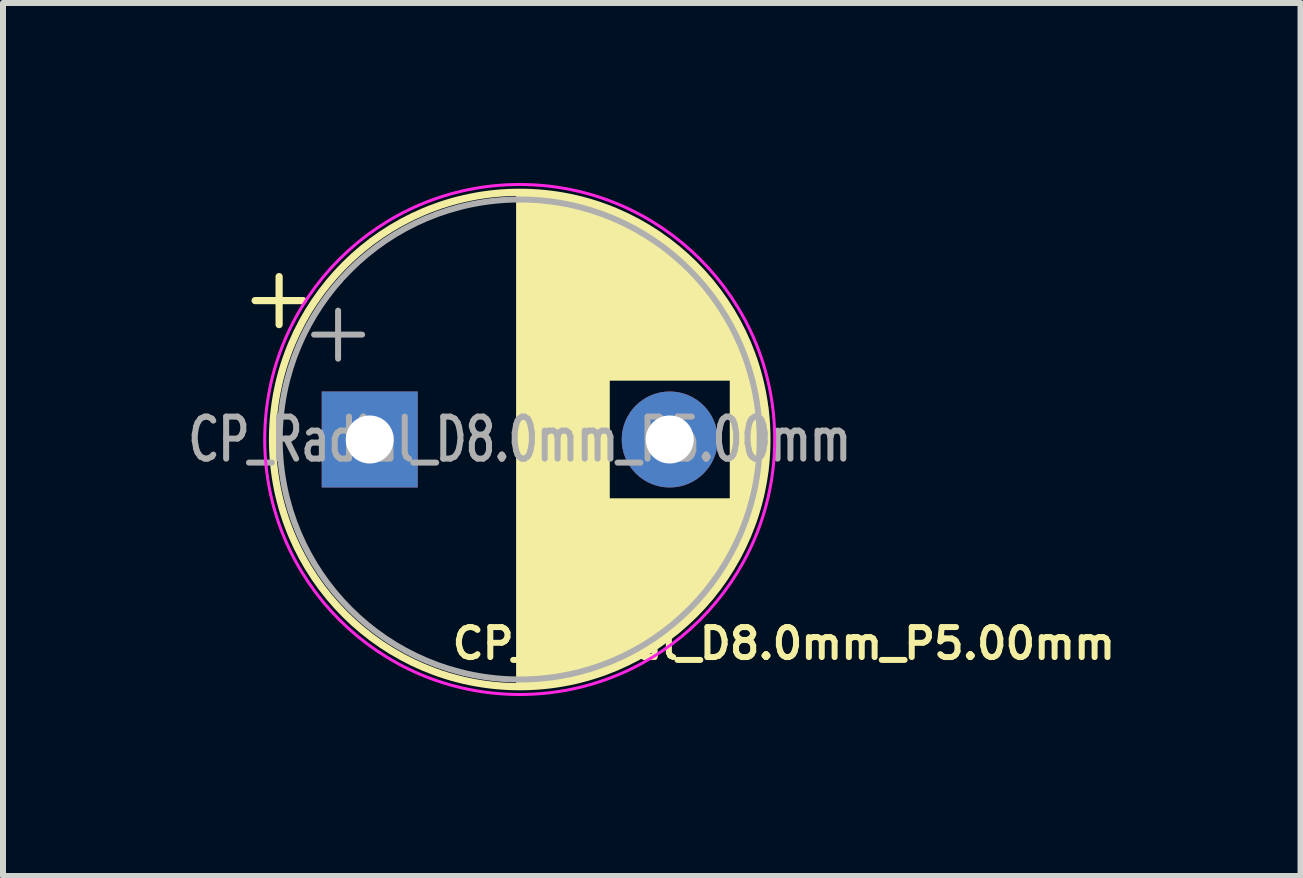
<source format=kicad_pcb>
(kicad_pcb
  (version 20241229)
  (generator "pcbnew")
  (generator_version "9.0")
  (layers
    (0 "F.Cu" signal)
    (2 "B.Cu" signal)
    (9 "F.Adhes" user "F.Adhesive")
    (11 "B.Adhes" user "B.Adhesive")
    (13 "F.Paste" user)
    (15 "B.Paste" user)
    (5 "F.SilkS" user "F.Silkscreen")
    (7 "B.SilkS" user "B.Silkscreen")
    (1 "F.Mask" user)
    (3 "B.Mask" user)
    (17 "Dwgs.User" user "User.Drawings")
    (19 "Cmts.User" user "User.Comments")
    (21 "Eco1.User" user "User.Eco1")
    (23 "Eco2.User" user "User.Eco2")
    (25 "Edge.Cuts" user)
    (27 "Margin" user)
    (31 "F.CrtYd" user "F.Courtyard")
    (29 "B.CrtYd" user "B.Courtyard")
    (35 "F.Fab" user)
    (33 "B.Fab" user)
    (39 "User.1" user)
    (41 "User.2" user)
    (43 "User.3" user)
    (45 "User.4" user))
  (footprint "CP_Radial_D8.0mm_P5.00mm"
    (layer "F.Cu")
    (at 3.112 4.275)
    (property "Reference" "CP_Radial_D8.0mm_P5.00mm" (at 6.903 3.4 0) (layer "F.SilkS") (effects (font (size 0.5 0.5) (thickness 0.1))))
    (attr through_hole)
    (fp_line (start -1.91 -2.315) (end -1.11 -2.315) (stroke (width 0.12) (type solid)) (layer "F.SilkS"))
    (fp_line (start -1.51 -2.715) (end -1.51 -1.915) (stroke (width 0.12) (type solid)) (layer "F.SilkS"))
    (fp_line (start 2.5 -4.08) (end 2.5 4.08) (stroke (width 0.12) (type solid)) (layer "F.SilkS"))
    (fp_line (start 2.54 -4.08) (end 2.54 4.08) (stroke (width 0.12) (type solid)) (layer "F.SilkS"))
    (fp_line (start 2.58 -4.08) (end 2.58 4.08) (stroke (width 0.12) (type solid)) (layer "F.SilkS"))
    (fp_line (start 2.62 -4.079) (end 2.62 4.079) (stroke (width 0.12) (type solid)) (layer "F.SilkS"))
    (fp_line (start 2.66 -4.077) (end 2.66 4.077) (stroke (width 0.12) (type solid)) (layer "F.SilkS"))
    (fp_line (start 2.7 -4.076) (end 2.7 4.076) (stroke (width 0.12) (type solid)) (layer "F.SilkS"))
    (fp_line (start 2.74 -4.074) (end 2.74 4.074) (stroke (width 0.12) (type solid)) (layer "F.SilkS"))
    (fp_line (start 2.78 -4.071) (end 2.78 4.071) (stroke (width 0.12) (type solid)) (layer "F.SilkS"))
    (fp_line (start 2.82 -4.068) (end 2.82 4.068) (stroke (width 0.12) (type solid)) (layer "F.SilkS"))
    (fp_line (start 2.86 -4.065) (end 2.86 4.065) (stroke (width 0.12) (type solid)) (layer "F.SilkS"))
    (fp_line (start 2.9 -4.061) (end 2.9 4.061) (stroke (width 0.12) (type solid)) (layer "F.SilkS"))
    (fp_line (start 2.94 -4.057) (end 2.94 4.057) (stroke (width 0.12) (type solid)) (layer "F.SilkS"))
    (fp_line (start 2.98 -4.052) (end 2.98 4.052) (stroke (width 0.12) (type solid)) (layer "F.SilkS"))
    (fp_line (start 3.02 -4.048) (end 3.02 4.048) (stroke (width 0.12) (type solid)) (layer "F.SilkS"))
    (fp_line (start 3.06 -4.042) (end 3.06 4.042) (stroke (width 0.12) (type solid)) (layer "F.SilkS"))
    (fp_line (start 3.1 -4.037) (end 3.1 4.037) (stroke (width 0.12) (type solid)) (layer "F.SilkS"))
    (fp_line (start 3.14 -4.03) (end 3.14 4.03) (stroke (width 0.12) (type solid)) (layer "F.SilkS"))
    (fp_line (start 3.18 -4.024) (end 3.18 4.024) (stroke (width 0.12) (type solid)) (layer "F.SilkS"))
    (fp_line (start 3.221 -4.017) (end 3.221 4.017) (stroke (width 0.12) (type solid)) (layer "F.SilkS"))
    (fp_line (start 3.261 -4.01) (end 3.261 4.01) (stroke (width 0.12) (type solid)) (layer "F.SilkS"))
    (fp_line (start 3.301 -4.002) (end 3.301 4.002) (stroke (width 0.12) (type solid)) (layer "F.SilkS"))
    (fp_line (start 3.341 -3.994) (end 3.341 3.994) (stroke (width 0.12) (type solid)) (layer "F.SilkS"))
    (fp_line (start 3.381 -3.985) (end 3.381 3.985) (stroke (width 0.12) (type solid)) (layer "F.SilkS"))
    (fp_line (start 3.421 -3.976) (end 3.421 3.976) (stroke (width 0.12) (type solid)) (layer "F.SilkS"))
    (fp_line (start 3.461 -3.967) (end 3.461 3.967) (stroke (width 0.12) (type solid)) (layer "F.SilkS"))
    (fp_line (start 3.501 -3.957) (end 3.501 3.957) (stroke (width 0.12) (type solid)) (layer "F.SilkS"))
    (fp_line (start 3.541 -3.947) (end 3.541 3.947) (stroke (width 0.12) (type solid)) (layer "F.SilkS"))
    (fp_line (start 3.581 -3.936) (end 3.581 3.936) (stroke (width 0.12) (type solid)) (layer "F.SilkS"))
    (fp_line (start 3.621 -3.925) (end 3.621 3.925) (stroke (width 0.12) (type solid)) (layer "F.SilkS"))
    (fp_line (start 3.661 -3.914) (end 3.661 3.914) (stroke (width 0.12) (type solid)) (layer "F.SilkS"))
    (fp_line (start 3.701 -3.902) (end 3.701 3.902) (stroke (width 0.12) (type solid)) (layer "F.SilkS"))
    (fp_line (start 3.741 -3.889) (end 3.741 3.889) (stroke (width 0.12) (type solid)) (layer "F.SilkS"))
    (fp_line (start 3.781 -3.877) (end 3.781 3.877) (stroke (width 0.12) (type solid)) (layer "F.SilkS"))
    (fp_line (start 3.821 -3.863) (end 3.821 3.863) (stroke (width 0.12) (type solid)) (layer "F.SilkS"))
    (fp_line (start 3.861 -3.85) (end 3.861 3.85) (stroke (width 0.12) (type solid)) (layer "F.SilkS"))
    (fp_line (start 3.901 -3.835) (end 3.901 3.835) (stroke (width 0.12) (type solid)) (layer "F.SilkS"))
    (fp_line (start 3.941 -3.821) (end 3.941 3.821) (stroke (width 0.12) (type solid)) (layer "F.SilkS"))
    (fp_line (start 3.981 -3.805) (end 3.981 -1.04) (stroke (width 0.12) (type solid)) (layer "F.SilkS"))
    (fp_line (start 3.981 1.04) (end 3.981 3.805) (stroke (width 0.12) (type solid)) (layer "F.SilkS"))
    (fp_line (start 4.021 -3.79) (end 4.021 -1.04) (stroke (width 0.12) (type solid)) (layer "F.SilkS"))
    (fp_line (start 4.021 1.04) (end 4.021 3.79) (stroke (width 0.12) (type solid)) (layer "F.SilkS"))
    (fp_line (start 4.061 -3.774) (end 4.061 -1.04) (stroke (width 0.12) (type solid)) (layer "F.SilkS"))
    (fp_line (start 4.061 1.04) (end 4.061 3.774) (stroke (width 0.12) (type solid)) (layer "F.SilkS"))
    (fp_line (start 4.101 -3.757) (end 4.101 -1.04) (stroke (width 0.12) (type solid)) (layer "F.SilkS"))
    (fp_line (start 4.101 1.04) (end 4.101 3.757) (stroke (width 0.12) (type solid)) (layer "F.SilkS"))
    (fp_line (start 4.141 -3.74) (end 4.141 -1.04) (stroke (width 0.12) (type solid)) (layer "F.SilkS"))
    (fp_line (start 4.141 1.04) (end 4.141 3.74) (stroke (width 0.12) (type solid)) (layer "F.SilkS"))
    (fp_line (start 4.181 -3.722) (end 4.181 -1.04) (stroke (width 0.12) (type solid)) (layer "F.SilkS"))
    (fp_line (start 4.181 1.04) (end 4.181 3.722) (stroke (width 0.12) (type solid)) (layer "F.SilkS"))
    (fp_line (start 4.221 -3.704) (end 4.221 -1.04) (stroke (width 0.12) (type solid)) (layer "F.SilkS"))
    (fp_line (start 4.221 1.04) (end 4.221 3.704) (stroke (width 0.12) (type solid)) (layer "F.SilkS"))
    (fp_line (start 4.261 -3.686) (end 4.261 -1.04) (stroke (width 0.12) (type solid)) (layer "F.SilkS"))
    (fp_line (start 4.261 1.04) (end 4.261 3.686) (stroke (width 0.12) (type solid)) (layer "F.SilkS"))
    (fp_line (start 4.301 -3.666) (end 4.301 -1.04) (stroke (width 0.12) (type solid)) (layer "F.SilkS"))
    (fp_line (start 4.301 1.04) (end 4.301 3.666) (stroke (width 0.12) (type solid)) (layer "F.SilkS"))
    (fp_line (start 4.341 -3.647) (end 4.341 -1.04) (stroke (width 0.12) (type solid)) (layer "F.SilkS"))
    (fp_line (start 4.341 1.04) (end 4.341 3.647) (stroke (width 0.12) (type solid)) (layer "F.SilkS"))
    (fp_line (start 4.381 -3.627) (end 4.381 -1.04) (stroke (width 0.12) (type solid)) (layer "F.SilkS"))
    (fp_line (start 4.381 1.04) (end 4.381 3.627) (stroke (width 0.12) (type solid)) (layer "F.SilkS"))
    (fp_line (start 4.421 -3.606) (end 4.421 -1.04) (stroke (width 0.12) (type solid)) (layer "F.SilkS"))
    (fp_line (start 4.421 1.04) (end 4.421 3.606) (stroke (width 0.12) (type solid)) (layer "F.SilkS"))
    (fp_line (start 4.461 -3.584) (end 4.461 -1.04) (stroke (width 0.12) (type solid)) (layer "F.SilkS"))
    (fp_line (start 4.461 1.04) (end 4.461 3.584) (stroke (width 0.12) (type solid)) (layer "F.SilkS"))
    (fp_line (start 4.501 -3.562) (end 4.501 -1.04) (stroke (width 0.12) (type solid)) (layer "F.SilkS"))
    (fp_line (start 4.501 1.04) (end 4.501 3.562) (stroke (width 0.12) (type solid)) (layer "F.SilkS"))
    (fp_line (start 4.541 -3.54) (end 4.541 -1.04) (stroke (width 0.12) (type solid)) (layer "F.SilkS"))
    (fp_line (start 4.541 1.04) (end 4.541 3.54) (stroke (width 0.12) (type solid)) (layer "F.SilkS"))
    (fp_line (start 4.581 -3.517) (end 4.581 -1.04) (stroke (width 0.12) (type solid)) (layer "F.SilkS"))
    (fp_line (start 4.581 1.04) (end 4.581 3.517) (stroke (width 0.12) (type solid)) (layer "F.SilkS"))
    (fp_line (start 4.621 -3.493) (end 4.621 -1.04) (stroke (width 0.12) (type solid)) (layer "F.SilkS"))
    (fp_line (start 4.621 1.04) (end 4.621 3.493) (stroke (width 0.12) (type solid)) (layer "F.SilkS"))
    (fp_line (start 4.661 -3.469) (end 4.661 -1.04) (stroke (width 0.12) (type solid)) (layer "F.SilkS"))
    (fp_line (start 4.661 1.04) (end 4.661 3.469) (stroke (width 0.12) (type solid)) (layer "F.SilkS"))
    (fp_line (start 4.701 -3.444) (end 4.701 -1.04) (stroke (width 0.12) (type solid)) (layer "F.SilkS"))
    (fp_line (start 4.701 1.04) (end 4.701 3.444) (stroke (width 0.12) (type solid)) (layer "F.SilkS"))
    (fp_line (start 4.741 -3.418) (end 4.741 -1.04) (stroke (width 0.12) (type solid)) (layer "F.SilkS"))
    (fp_line (start 4.741 1.04) (end 4.741 3.418) (stroke (width 0.12) (type solid)) (layer "F.SilkS"))
    (fp_line (start 4.781 -3.392) (end 4.781 -1.04) (stroke (width 0.12) (type solid)) (layer "F.SilkS"))
    (fp_line (start 4.781 1.04) (end 4.781 3.392) (stroke (width 0.12) (type solid)) (layer "F.SilkS"))
    (fp_line (start 4.821 -3.365) (end 4.821 -1.04) (stroke (width 0.12) (type solid)) (layer "F.SilkS"))
    (fp_line (start 4.821 1.04) (end 4.821 3.365) (stroke (width 0.12) (type solid)) (layer "F.SilkS"))
    (fp_line (start 4.861 -3.338) (end 4.861 -1.04) (stroke (width 0.12) (type solid)) (layer "F.SilkS"))
    (fp_line (start 4.861 1.04) (end 4.861 3.338) (stroke (width 0.12) (type solid)) (layer "F.SilkS"))
    (fp_line (start 4.901 -3.309) (end 4.901 -1.04) (stroke (width 0.12) (type solid)) (layer "F.SilkS"))
    (fp_line (start 4.901 1.04) (end 4.901 3.309) (stroke (width 0.12) (type solid)) (layer "F.SilkS"))
    (fp_line (start 4.941 -3.28) (end 4.941 -1.04) (stroke (width 0.12) (type solid)) (layer "F.SilkS"))
    (fp_line (start 4.941 1.04) (end 4.941 3.28) (stroke (width 0.12) (type solid)) (layer "F.SilkS"))
    (fp_line (start 4.981 -3.25) (end 4.981 -1.04) (stroke (width 0.12) (type solid)) (layer "F.SilkS"))
    (fp_line (start 4.981 1.04) (end 4.981 3.25) (stroke (width 0.12) (type solid)) (layer "F.SilkS"))
    (fp_line (start 5.021 -3.22) (end 5.021 -1.04) (stroke (width 0.12) (type solid)) (layer "F.SilkS"))
    (fp_line (start 5.021 1.04) (end 5.021 3.22) (stroke (width 0.12) (type solid)) (layer "F.SilkS"))
    (fp_line (start 5.061 -3.189) (end 5.061 -1.04) (stroke (width 0.12) (type solid)) (layer "F.SilkS"))
    (fp_line (start 5.061 1.04) (end 5.061 3.189) (stroke (width 0.12) (type solid)) (layer "F.SilkS"))
    (fp_line (start 5.101 -3.156) (end 5.101 -1.04) (stroke (width 0.12) (type solid)) (layer "F.SilkS"))
    (fp_line (start 5.101 1.04) (end 5.101 3.156) (stroke (width 0.12) (type solid)) (layer "F.SilkS"))
    (fp_line (start 5.141 -3.124) (end 5.141 -1.04) (stroke (width 0.12) (type solid)) (layer "F.SilkS"))
    (fp_line (start 5.141 1.04) (end 5.141 3.124) (stroke (width 0.12) (type solid)) (layer "F.SilkS"))
    (fp_line (start 5.181 -3.09) (end 5.181 -1.04) (stroke (width 0.12) (type solid)) (layer "F.SilkS"))
    (fp_line (start 5.181 1.04) (end 5.181 3.09) (stroke (width 0.12) (type solid)) (layer "F.SilkS"))
    (fp_line (start 5.221 -3.055) (end 5.221 -1.04) (stroke (width 0.12) (type solid)) (layer "F.SilkS"))
    (fp_line (start 5.221 1.04) (end 5.221 3.055) (stroke (width 0.12) (type solid)) (layer "F.SilkS"))
    (fp_line (start 5.261 -3.019) (end 5.261 -1.04) (stroke (width 0.12) (type solid)) (layer "F.SilkS"))
    (fp_line (start 5.261 1.04) (end 5.261 3.019) (stroke (width 0.12) (type solid)) (layer "F.SilkS"))
    (fp_line (start 5.301 -2.983) (end 5.301 -1.04) (stroke (width 0.12) (type solid)) (layer "F.SilkS"))
    (fp_line (start 5.301 1.04) (end 5.301 2.983) (stroke (width 0.12) (type solid)) (layer "F.SilkS"))
    (fp_line (start 5.341 -2.945) (end 5.341 -1.04) (stroke (width 0.12) (type solid)) (layer "F.SilkS"))
    (fp_line (start 5.341 1.04) (end 5.341 2.945) (stroke (width 0.12) (type solid)) (layer "F.SilkS"))
    (fp_line (start 5.381 -2.907) (end 5.381 -1.04) (stroke (width 0.12) (type solid)) (layer "F.SilkS"))
    (fp_line (start 5.381 1.04) (end 5.381 2.907) (stroke (width 0.12) (type solid)) (layer "F.SilkS"))
    (fp_line (start 5.421 -2.867) (end 5.421 -1.04) (stroke (width 0.12) (type solid)) (layer "F.SilkS"))
    (fp_line (start 5.421 1.04) (end 5.421 2.867) (stroke (width 0.12) (type solid)) (layer "F.SilkS"))
    (fp_line (start 5.461 -2.826) (end 5.461 -1.04) (stroke (width 0.12) (type solid)) (layer "F.SilkS"))
    (fp_line (start 5.461 1.04) (end 5.461 2.826) (stroke (width 0.12) (type solid)) (layer "F.SilkS"))
    (fp_line (start 5.501 -2.784) (end 5.501 -1.04) (stroke (width 0.12) (type solid)) (layer "F.SilkS"))
    (fp_line (start 5.501 1.04) (end 5.501 2.784) (stroke (width 0.12) (type solid)) (layer "F.SilkS"))
    (fp_line (start 5.541 -2.741) (end 5.541 -1.04) (stroke (width 0.12) (type solid)) (layer "F.SilkS"))
    (fp_line (start 5.541 1.04) (end 5.541 2.741) (stroke (width 0.12) (type solid)) (layer "F.SilkS"))
    (fp_line (start 5.581 -2.697) (end 5.581 -1.04) (stroke (width 0.12) (type solid)) (layer "F.SilkS"))
    (fp_line (start 5.581 1.04) (end 5.581 2.697) (stroke (width 0.12) (type solid)) (layer "F.SilkS"))
    (fp_line (start 5.621 -2.651) (end 5.621 -1.04) (stroke (width 0.12) (type solid)) (layer "F.SilkS"))
    (fp_line (start 5.621 1.04) (end 5.621 2.651) (stroke (width 0.12) (type solid)) (layer "F.SilkS"))
    (fp_line (start 5.661 -2.604) (end 5.661 -1.04) (stroke (width 0.12) (type solid)) (layer "F.SilkS"))
    (fp_line (start 5.661 1.04) (end 5.661 2.604) (stroke (width 0.12) (type solid)) (layer "F.SilkS"))
    (fp_line (start 5.701 -2.556) (end 5.701 -1.04) (stroke (width 0.12) (type solid)) (layer "F.SilkS"))
    (fp_line (start 5.701 1.04) (end 5.701 2.556) (stroke (width 0.12) (type solid)) (layer "F.SilkS"))
    (fp_line (start 5.741 -2.505) (end 5.741 -1.04) (stroke (width 0.12) (type solid)) (layer "F.SilkS"))
    (fp_line (start 5.741 1.04) (end 5.741 2.505) (stroke (width 0.12) (type solid)) (layer "F.SilkS"))
    (fp_line (start 5.781 -2.454) (end 5.781 -1.04) (stroke (width 0.12) (type solid)) (layer "F.SilkS"))
    (fp_line (start 5.781 1.04) (end 5.781 2.454) (stroke (width 0.12) (type solid)) (layer "F.SilkS"))
    (fp_line (start 5.821 -2.4) (end 5.821 -1.04) (stroke (width 0.12) (type solid)) (layer "F.SilkS"))
    (fp_line (start 5.821 1.04) (end 5.821 2.4) (stroke (width 0.12) (type solid)) (layer "F.SilkS"))
    (fp_line (start 5.861 -2.345) (end 5.861 -1.04) (stroke (width 0.12) (type solid)) (layer "F.SilkS"))
    (fp_line (start 5.861 1.04) (end 5.861 2.345) (stroke (width 0.12) (type solid)) (layer "F.SilkS"))
    (fp_line (start 5.901 -2.287) (end 5.901 -1.04) (stroke (width 0.12) (type solid)) (layer "F.SilkS"))
    (fp_line (start 5.901 1.04) (end 5.901 2.287) (stroke (width 0.12) (type solid)) (layer "F.SilkS"))
    (fp_line (start 5.941 -2.228) (end 5.941 -1.04) (stroke (width 0.12) (type solid)) (layer "F.SilkS"))
    (fp_line (start 5.941 1.04) (end 5.941 2.228) (stroke (width 0.12) (type solid)) (layer "F.SilkS"))
    (fp_line (start 5.981 -2.166) (end 5.981 -1.04) (stroke (width 0.12) (type solid)) (layer "F.SilkS"))
    (fp_line (start 5.981 1.04) (end 5.981 2.166) (stroke (width 0.12) (type solid)) (layer "F.SilkS"))
    (fp_line (start 6.021 -2.102) (end 6.021 -1.04) (stroke (width 0.12) (type solid)) (layer "F.SilkS"))
    (fp_line (start 6.021 1.04) (end 6.021 2.102) (stroke (width 0.12) (type solid)) (layer "F.SilkS"))
    (fp_line (start 6.061 -2.034) (end 6.061 2.034) (stroke (width 0.12) (type solid)) (layer "F.SilkS"))
    (fp_line (start 6.101 -1.964) (end 6.101 1.964) (stroke (width 0.12) (type solid)) (layer "F.SilkS"))
    (fp_line (start 6.141 -1.89) (end 6.141 1.89) (stroke (width 0.12) (type solid)) (layer "F.SilkS"))
    (fp_line (start 6.181 -1.813) (end 6.181 1.813) (stroke (width 0.12) (type solid)) (layer "F.SilkS"))
    (fp_line (start 6.221 -1.731) (end 6.221 1.731) (stroke (width 0.12) (type solid)) (layer "F.SilkS"))
    (fp_line (start 6.261 -1.645) (end 6.261 1.645) (stroke (width 0.12) (type solid)) (layer "F.SilkS"))
    (fp_line (start 6.301 -1.552) (end 6.301 1.552) (stroke (width 0.12) (type solid)) (layer "F.SilkS"))
    (fp_line (start 6.341 -1.453) (end 6.341 1.453) (stroke (width 0.12) (type solid)) (layer "F.SilkS"))
    (fp_line (start 6.381 -1.346) (end 6.381 1.346) (stroke (width 0.12) (type solid)) (layer "F.SilkS"))
    (fp_line (start 6.421 -1.229) (end 6.421 1.229) (stroke (width 0.12) (type solid)) (layer "F.SilkS"))
    (fp_line (start 6.461 -1.098) (end 6.461 1.098) (stroke (width 0.12) (type solid)) (layer "F.SilkS"))
    (fp_line (start 6.501 -0.948) (end 6.501 0.948) (stroke (width 0.12) (type solid)) (layer "F.SilkS"))
    (fp_line (start 6.541 -0.768) (end 6.541 0.768) (stroke (width 0.12) (type solid)) (layer "F.SilkS"))
    (fp_line (start 6.581 -0.533) (end 6.581 0.533) (stroke (width 0.12) (type solid)) (layer "F.SilkS"))
    (fp_circle (center 2.5 0) (end 6.62 0) (stroke (width 0.12) (type solid)) (fill no) (layer "F.SilkS"))
    (fp_circle (center 2.5 0) (end 6.75 0) (stroke (width 0.05) (type solid)) (fill no) (layer "F.CrtYd"))
    (fp_line (start -0.927 -1.748) (end -0.127 -1.748) (stroke (width 0.1) (type solid)) (layer "F.Fab"))
    (fp_line (start -0.527 -2.147) (end -0.527 -1.347) (stroke (width 0.1) (type solid)) (layer "F.Fab"))
    (fp_circle (center 2.5 0) (end 6.5 0) (stroke (width 0.1) (type solid)) (fill no) (layer "F.Fab"))
    (fp_text user "${REFERENCE}" (at 2.5 0 0) (layer "F.Fab") (effects (font (size 0.7 0.5) (thickness 0.1))))
    (pad "1" thru_hole rect (at 0 0) (size 1.6 1.6) (drill 0.8) (layers "*.Cu" "*.Mask"))
    (pad "2" thru_hole circle (at 5 0) (size 1.6 1.6) (drill 0.8) (layers "*.Cu" "*.Mask")))
  (gr_rect
    (start -3 -3)
    (end 18.626 11.55)
    (stroke (width 0.1) (type default))
    (fill no)
    (layer "Edge.Cuts")))
</source>
